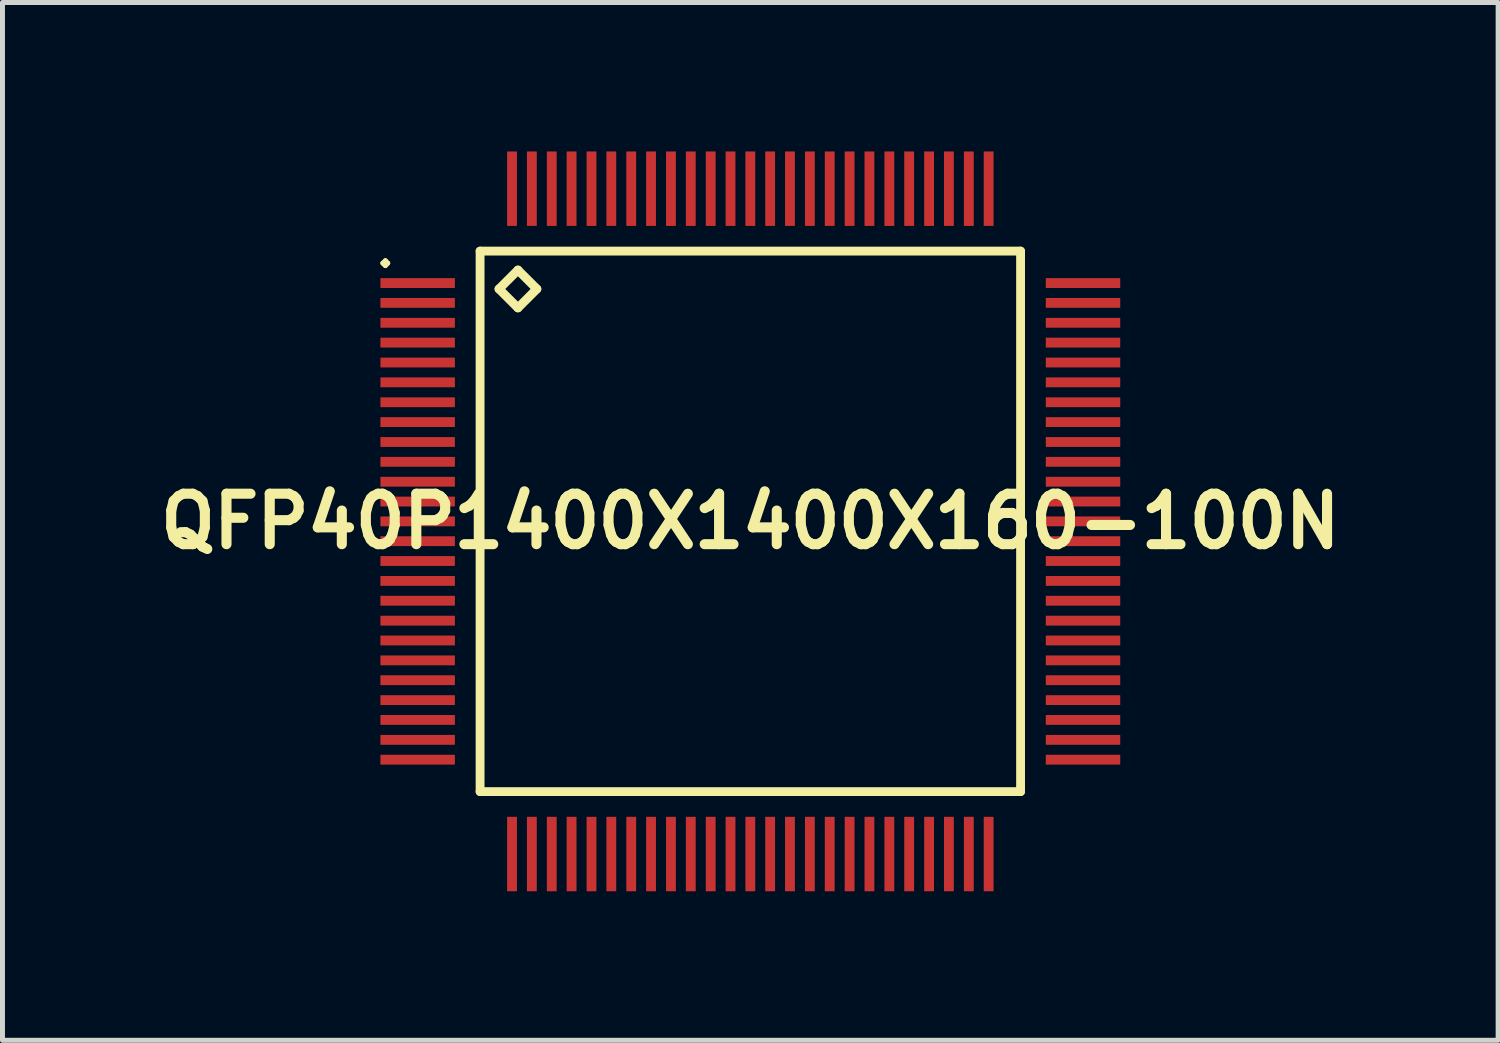
<source format=kicad_pcb>
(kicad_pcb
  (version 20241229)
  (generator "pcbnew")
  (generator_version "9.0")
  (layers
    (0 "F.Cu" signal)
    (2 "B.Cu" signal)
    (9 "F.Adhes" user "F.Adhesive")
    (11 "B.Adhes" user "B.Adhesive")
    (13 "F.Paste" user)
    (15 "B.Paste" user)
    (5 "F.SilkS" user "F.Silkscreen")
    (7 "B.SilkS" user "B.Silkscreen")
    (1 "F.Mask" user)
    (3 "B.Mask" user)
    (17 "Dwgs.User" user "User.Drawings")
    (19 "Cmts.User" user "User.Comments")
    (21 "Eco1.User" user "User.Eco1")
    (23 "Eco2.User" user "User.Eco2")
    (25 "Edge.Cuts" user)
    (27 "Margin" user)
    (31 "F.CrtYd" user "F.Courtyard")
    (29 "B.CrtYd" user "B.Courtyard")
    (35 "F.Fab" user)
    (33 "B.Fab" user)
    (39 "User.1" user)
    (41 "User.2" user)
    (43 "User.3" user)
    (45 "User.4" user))
  (footprint "QFP40P1400X1400X160-100N"
    (layer "F.Cu")
    (at 12.057 7.447)
    (property "Reference" "QFP40P1400X1400X160-100N" (at 0 0 0) (layer "F.SilkS") (effects (font (size 1.016 1.016) (thickness 0.203))))
    (attr smd)
    (fp_line (start -7.399 -5.199) (end -7.348 -5.248) (stroke (width 0.099) (type solid)) (layer "F.SilkS"))
    (fp_line (start -7.348 -5.248) (end -7.3 -5.199) (stroke (width 0.099) (type solid)) (layer "F.SilkS"))
    (fp_line (start -7.348 -5.149) (end -7.399 -5.199) (stroke (width 0.099) (type solid)) (layer "F.SilkS"))
    (fp_line (start -7.3 -5.199) (end -7.348 -5.149) (stroke (width 0.099) (type solid)) (layer "F.SilkS"))
    (fp_line (start -5.441 -5.441) (end -5.441 5.441) (stroke (width 0.178) (type solid)) (layer "F.SilkS"))
    (fp_line (start -5.441 5.441) (end 5.441 5.441) (stroke (width 0.178) (type solid)) (layer "F.SilkS"))
    (fp_line (start -5.06 -4.679) (end -4.679 -5.06) (stroke (width 0.178) (type solid)) (layer "F.SilkS"))
    (fp_line (start -4.679 -5.06) (end -4.298 -4.679) (stroke (width 0.178) (type solid)) (layer "F.SilkS"))
    (fp_line (start -4.679 -4.298) (end -5.06 -4.679) (stroke (width 0.178) (type solid)) (layer "F.SilkS"))
    (fp_line (start -4.298 -4.679) (end -4.679 -4.298) (stroke (width 0.178) (type solid)) (layer "F.SilkS"))
    (fp_line (start 5.441 -5.441) (end -5.441 -5.441) (stroke (width 0.178) (type solid)) (layer "F.SilkS"))
    (fp_line (start 5.441 5.441) (end 5.441 -5.441) (stroke (width 0.178) (type solid)) (layer "F.SilkS"))
    (pad "1" smd rect (at -6.698 -4.798) (size 1.499 0.198) (layers "F.Cu" "F.Mask" "F.Paste"))
    (pad "2" smd rect (at -6.698 -4.399) (size 1.499 0.198) (layers "F.Cu" "F.Mask" "F.Paste"))
    (pad "3" smd rect (at -6.698 -3.998) (size 1.499 0.198) (layers "F.Cu" "F.Mask" "F.Paste"))
    (pad "4" smd rect (at -6.698 -3.599) (size 1.499 0.198) (layers "F.Cu" "F.Mask" "F.Paste"))
    (pad "5" smd rect (at -6.698 -3.198) (size 1.499 0.198) (layers "F.Cu" "F.Mask" "F.Paste"))
    (pad "6" smd rect (at -6.698 -2.799) (size 1.499 0.198) (layers "F.Cu" "F.Mask" "F.Paste"))
    (pad "7" smd rect (at -6.698 -2.398) (size 1.499 0.198) (layers "F.Cu" "F.Mask" "F.Paste"))
    (pad "8" smd rect (at -6.698 -1.999) (size 1.499 0.198) (layers "F.Cu" "F.Mask" "F.Paste"))
    (pad "9" smd rect (at -6.698 -1.598) (size 1.499 0.198) (layers "F.Cu" "F.Mask" "F.Paste"))
    (pad "10" smd rect (at -6.698 -1.199) (size 1.499 0.198) (layers "F.Cu" "F.Mask" "F.Paste"))
    (pad "11" smd rect (at -6.698 -0.798) (size 1.499 0.198) (layers "F.Cu" "F.Mask" "F.Paste"))
    (pad "12" smd rect (at -6.698 -0.399) (size 1.499 0.198) (layers "F.Cu" "F.Mask" "F.Paste"))
    (pad "13" smd rect (at -6.698 0) (size 1.499 0.198) (layers "F.Cu" "F.Mask" "F.Paste"))
    (pad "14" smd rect (at -6.698 0.399) (size 1.499 0.198) (layers "F.Cu" "F.Mask" "F.Paste"))
    (pad "15" smd rect (at -6.698 0.798) (size 1.499 0.198) (layers "F.Cu" "F.Mask" "F.Paste"))
    (pad "16" smd rect (at -6.698 1.199) (size 1.499 0.198) (layers "F.Cu" "F.Mask" "F.Paste"))
    (pad "17" smd rect (at -6.698 1.598) (size 1.499 0.198) (layers "F.Cu" "F.Mask" "F.Paste"))
    (pad "18" smd rect (at -6.698 1.999) (size 1.499 0.198) (layers "F.Cu" "F.Mask" "F.Paste"))
    (pad "19" smd rect (at -6.698 2.398) (size 1.499 0.198) (layers "F.Cu" "F.Mask" "F.Paste"))
    (pad "20" smd rect (at -6.698 2.799) (size 1.499 0.198) (layers "F.Cu" "F.Mask" "F.Paste"))
    (pad "21" smd rect (at -6.698 3.198) (size 1.499 0.198) (layers "F.Cu" "F.Mask" "F.Paste"))
    (pad "22" smd rect (at -6.698 3.599) (size 1.499 0.198) (layers "F.Cu" "F.Mask" "F.Paste"))
    (pad "23" smd rect (at -6.698 3.998) (size 1.499 0.198) (layers "F.Cu" "F.Mask" "F.Paste"))
    (pad "24" smd rect (at -6.698 4.399) (size 1.499 0.198) (layers "F.Cu" "F.Mask" "F.Paste"))
    (pad "25" smd rect (at -6.698 4.798) (size 1.499 0.198) (layers "F.Cu" "F.Mask" "F.Paste"))
    (pad "26" smd rect (at -4.798 6.698) (size 0.198 1.499) (layers "F.Cu" "F.Mask" "F.Paste"))
    (pad "27" smd rect (at -4.399 6.698) (size 0.198 1.499) (layers "F.Cu" "F.Mask" "F.Paste"))
    (pad "28" smd rect (at -3.998 6.698) (size 0.198 1.499) (layers "F.Cu" "F.Mask" "F.Paste"))
    (pad "29" smd rect (at -3.599 6.698) (size 0.198 1.499) (layers "F.Cu" "F.Mask" "F.Paste"))
    (pad "30" smd rect (at -3.198 6.698) (size 0.198 1.499) (layers "F.Cu" "F.Mask" "F.Paste"))
    (pad "31" smd rect (at -2.799 6.698) (size 0.198 1.499) (layers "F.Cu" "F.Mask" "F.Paste"))
    (pad "32" smd rect (at -2.398 6.698) (size 0.198 1.499) (layers "F.Cu" "F.Mask" "F.Paste"))
    (pad "33" smd rect (at -1.999 6.698) (size 0.198 1.499) (layers "F.Cu" "F.Mask" "F.Paste"))
    (pad "34" smd rect (at -1.598 6.698) (size 0.198 1.499) (layers "F.Cu" "F.Mask" "F.Paste"))
    (pad "35" smd rect (at -1.199 6.698) (size 0.198 1.499) (layers "F.Cu" "F.Mask" "F.Paste"))
    (pad "36" smd rect (at -0.798 6.698) (size 0.198 1.499) (layers "F.Cu" "F.Mask" "F.Paste"))
    (pad "37" smd rect (at -0.399 6.698) (size 0.198 1.499) (layers "F.Cu" "F.Mask" "F.Paste"))
    (pad "38" smd rect (at 0 6.698) (size 0.198 1.499) (layers "F.Cu" "F.Mask" "F.Paste"))
    (pad "39" smd rect (at 0.399 6.698) (size 0.198 1.499) (layers "F.Cu" "F.Mask" "F.Paste"))
    (pad "40" smd rect (at 0.798 6.698) (size 0.198 1.499) (layers "F.Cu" "F.Mask" "F.Paste"))
    (pad "41" smd rect (at 1.199 6.698) (size 0.198 1.499) (layers "F.Cu" "F.Mask" "F.Paste"))
    (pad "42" smd rect (at 1.598 6.698) (size 0.198 1.499) (layers "F.Cu" "F.Mask" "F.Paste"))
    (pad "43" smd rect (at 1.999 6.698) (size 0.198 1.499) (layers "F.Cu" "F.Mask" "F.Paste"))
    (pad "44" smd rect (at 2.398 6.698) (size 0.198 1.499) (layers "F.Cu" "F.Mask" "F.Paste"))
    (pad "45" smd rect (at 2.799 6.698) (size 0.198 1.499) (layers "F.Cu" "F.Mask" "F.Paste"))
    (pad "46" smd rect (at 3.198 6.698) (size 0.198 1.499) (layers "F.Cu" "F.Mask" "F.Paste"))
    (pad "47" smd rect (at 3.599 6.698) (size 0.198 1.499) (layers "F.Cu" "F.Mask" "F.Paste"))
    (pad "48" smd rect (at 3.998 6.698) (size 0.198 1.499) (layers "F.Cu" "F.Mask" "F.Paste"))
    (pad "49" smd rect (at 4.399 6.698) (size 0.198 1.499) (layers "F.Cu" "F.Mask" "F.Paste"))
    (pad "50" smd rect (at 4.798 6.698) (size 0.198 1.499) (layers "F.Cu" "F.Mask" "F.Paste"))
    (pad "51" smd rect (at 6.698 4.798) (size 1.499 0.198) (layers "F.Cu" "F.Mask" "F.Paste"))
    (pad "52" smd rect (at 6.698 4.399) (size 1.499 0.198) (layers "F.Cu" "F.Mask" "F.Paste"))
    (pad "53" smd rect (at 6.698 3.998) (size 1.499 0.198) (layers "F.Cu" "F.Mask" "F.Paste"))
    (pad "54" smd rect (at 6.698 3.599) (size 1.499 0.198) (layers "F.Cu" "F.Mask" "F.Paste"))
    (pad "55" smd rect (at 6.698 3.198) (size 1.499 0.198) (layers "F.Cu" "F.Mask" "F.Paste"))
    (pad "56" smd rect (at 6.698 2.799) (size 1.499 0.198) (layers "F.Cu" "F.Mask" "F.Paste"))
    (pad "57" smd rect (at 6.698 2.398) (size 1.499 0.198) (layers "F.Cu" "F.Mask" "F.Paste"))
    (pad "58" smd rect (at 6.698 1.999) (size 1.499 0.198) (layers "F.Cu" "F.Mask" "F.Paste"))
    (pad "59" smd rect (at 6.698 1.598) (size 1.499 0.198) (layers "F.Cu" "F.Mask" "F.Paste"))
    (pad "60" smd rect (at 6.698 1.199) (size 1.499 0.198) (layers "F.Cu" "F.Mask" "F.Paste"))
    (pad "61" smd rect (at 6.698 0.798) (size 1.499 0.198) (layers "F.Cu" "F.Mask" "F.Paste"))
    (pad "62" smd rect (at 6.698 0.399) (size 1.499 0.198) (layers "F.Cu" "F.Mask" "F.Paste"))
    (pad "63" smd rect (at 6.698 0) (size 1.499 0.198) (layers "F.Cu" "F.Mask" "F.Paste"))
    (pad "64" smd rect (at 6.698 -0.399) (size 1.499 0.198) (layers "F.Cu" "F.Mask" "F.Paste"))
    (pad "65" smd rect (at 6.698 -0.798) (size 1.499 0.198) (layers "F.Cu" "F.Mask" "F.Paste"))
    (pad "66" smd rect (at 6.698 -1.199) (size 1.499 0.198) (layers "F.Cu" "F.Mask" "F.Paste"))
    (pad "67" smd rect (at 6.698 -1.598) (size 1.499 0.198) (layers "F.Cu" "F.Mask" "F.Paste"))
    (pad "68" smd rect (at 6.698 -1.999) (size 1.499 0.198) (layers "F.Cu" "F.Mask" "F.Paste"))
    (pad "69" smd rect (at 6.698 -2.398) (size 1.499 0.198) (layers "F.Cu" "F.Mask" "F.Paste"))
    (pad "70" smd rect (at 6.698 -2.799) (size 1.499 0.198) (layers "F.Cu" "F.Mask" "F.Paste"))
    (pad "71" smd rect (at 6.698 -3.198) (size 1.499 0.198) (layers "F.Cu" "F.Mask" "F.Paste"))
    (pad "72" smd rect (at 6.698 -3.599) (size 1.499 0.198) (layers "F.Cu" "F.Mask" "F.Paste"))
    (pad "73" smd rect (at 6.698 -3.998) (size 1.499 0.198) (layers "F.Cu" "F.Mask" "F.Paste"))
    (pad "74" smd rect (at 6.698 -4.399) (size 1.499 0.198) (layers "F.Cu" "F.Mask" "F.Paste"))
    (pad "75" smd rect (at 6.698 -4.798) (size 1.499 0.198) (layers "F.Cu" "F.Mask" "F.Paste"))
    (pad "76" smd rect (at 4.798 -6.698) (size 0.198 1.499) (layers "F.Cu" "F.Mask" "F.Paste"))
    (pad "77" smd rect (at 4.399 -6.698) (size 0.198 1.499) (layers "F.Cu" "F.Mask" "F.Paste"))
    (pad "78" smd rect (at 3.998 -6.698) (size 0.198 1.499) (layers "F.Cu" "F.Mask" "F.Paste"))
    (pad "79" smd rect (at 3.599 -6.698) (size 0.198 1.499) (layers "F.Cu" "F.Mask" "F.Paste"))
    (pad "80" smd rect (at 3.198 -6.698) (size 0.198 1.499) (layers "F.Cu" "F.Mask" "F.Paste"))
    (pad "81" smd rect (at 2.799 -6.698) (size 0.198 1.499) (layers "F.Cu" "F.Mask" "F.Paste"))
    (pad "82" smd rect (at 2.398 -6.698) (size 0.198 1.499) (layers "F.Cu" "F.Mask" "F.Paste"))
    (pad "83" smd rect (at 1.999 -6.698) (size 0.198 1.499) (layers "F.Cu" "F.Mask" "F.Paste"))
    (pad "84" smd rect (at 1.598 -6.698) (size 0.198 1.499) (layers "F.Cu" "F.Mask" "F.Paste"))
    (pad "85" smd rect (at 1.199 -6.698) (size 0.198 1.499) (layers "F.Cu" "F.Mask" "F.Paste"))
    (pad "86" smd rect (at 0.798 -6.698) (size 0.198 1.499) (layers "F.Cu" "F.Mask" "F.Paste"))
    (pad "87" smd rect (at 0.399 -6.698) (size 0.198 1.499) (layers "F.Cu" "F.Mask" "F.Paste"))
    (pad "88" smd rect (at 0 -6.698) (size 0.198 1.499) (layers "F.Cu" "F.Mask" "F.Paste"))
    (pad "89" smd rect (at -0.399 -6.698) (size 0.198 1.499) (layers "F.Cu" "F.Mask" "F.Paste"))
    (pad "90" smd rect (at -0.798 -6.698) (size 0.198 1.499) (layers "F.Cu" "F.Mask" "F.Paste"))
    (pad "91" smd rect (at -1.199 -6.698) (size 0.198 1.499) (layers "F.Cu" "F.Mask" "F.Paste"))
    (pad "92" smd rect (at -1.598 -6.698) (size 0.198 1.499) (layers "F.Cu" "F.Mask" "F.Paste"))
    (pad "93" smd rect (at -1.999 -6.698) (size 0.198 1.499) (layers "F.Cu" "F.Mask" "F.Paste"))
    (pad "94" smd rect (at -2.398 -6.698) (size 0.198 1.499) (layers "F.Cu" "F.Mask" "F.Paste"))
    (pad "95" smd rect (at -2.799 -6.698) (size 0.198 1.499) (layers "F.Cu" "F.Mask" "F.Paste"))
    (pad "96" smd rect (at -3.198 -6.698) (size 0.198 1.499) (layers "F.Cu" "F.Mask" "F.Paste"))
    (pad "97" smd rect (at -3.599 -6.698) (size 0.198 1.499) (layers "F.Cu" "F.Mask" "F.Paste"))
    (pad "98" smd rect (at -3.998 -6.698) (size 0.198 1.499) (layers "F.Cu" "F.Mask" "F.Paste"))
    (pad "99" smd rect (at -4.399 -6.698) (size 0.198 1.499) (layers "F.Cu" "F.Mask" "F.Paste"))
    (pad "100" smd rect (at -4.798 -6.698) (size 0.198 1.499) (layers "F.Cu" "F.Mask" "F.Paste")))
  (gr_rect
    (start -3 -3)
    (end 27.113 17.895)
    (stroke (width 0.1) (type default))
    (fill no)
    (layer "Edge.Cuts")))
</source>
